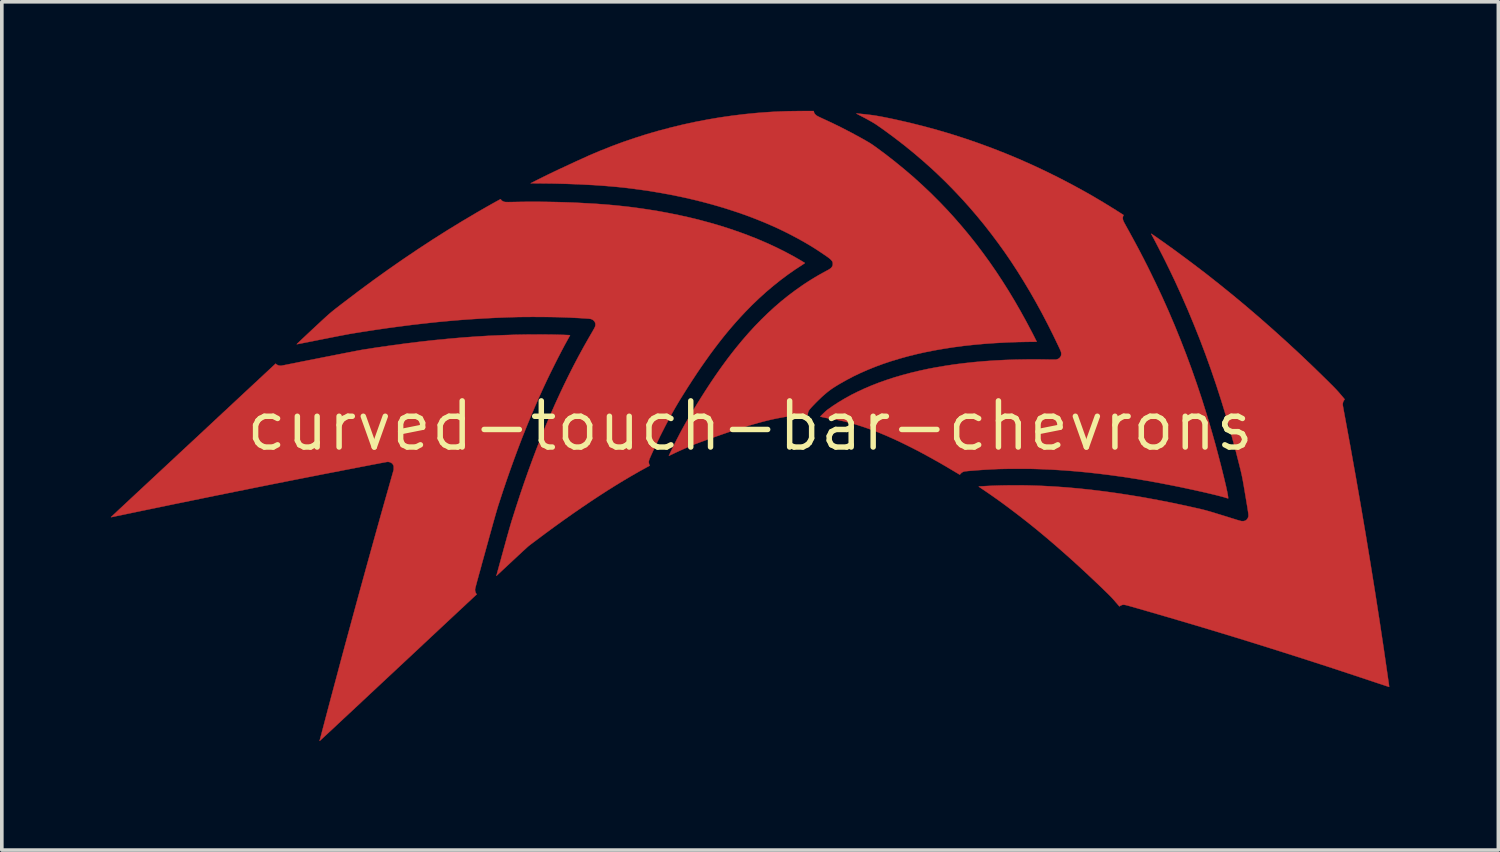
<source format=kicad_pcb>
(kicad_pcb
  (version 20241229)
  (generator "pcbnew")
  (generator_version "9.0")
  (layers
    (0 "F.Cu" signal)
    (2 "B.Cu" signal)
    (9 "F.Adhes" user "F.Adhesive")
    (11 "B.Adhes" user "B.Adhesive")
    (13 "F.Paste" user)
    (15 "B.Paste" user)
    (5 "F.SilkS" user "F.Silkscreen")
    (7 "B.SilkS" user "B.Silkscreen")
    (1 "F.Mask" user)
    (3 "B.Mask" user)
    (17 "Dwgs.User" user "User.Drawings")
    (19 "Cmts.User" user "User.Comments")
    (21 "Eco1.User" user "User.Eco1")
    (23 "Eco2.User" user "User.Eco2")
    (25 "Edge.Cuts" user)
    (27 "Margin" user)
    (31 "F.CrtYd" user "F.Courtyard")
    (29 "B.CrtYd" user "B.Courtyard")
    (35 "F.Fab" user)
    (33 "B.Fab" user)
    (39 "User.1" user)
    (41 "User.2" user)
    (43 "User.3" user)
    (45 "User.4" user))
  (footprint "curved-touch-bar-chevrons"
    (layer "F.Cu")
    (at 17.59 8.671)
    (property "Reference" "curved-touch-bar-chevrons" (at 0 0 0) (layer "F.SilkS") (effects (font (size 1.27 1.27) (thickness 0.15))))
    (attr through_hole)
    (fp_poly (pts (xy 11.042 -5.288) (xy 11.052 -5.282) (xy 11.068 -5.271) (xy 11.09 -5.257) (xy 11.117 -5.238) (xy 11.148 -5.217) (xy 11.183 -5.193) (xy 11.221 -5.166) (xy 11.263 -5.136) (xy 11.307 -5.105) (xy 11.353 -5.073) (xy 11.401 -5.039) (xy 11.449 -5.004) (xy 11.499 -4.969) (xy 11.548 -4.933) (xy 11.598 -4.898) (xy 11.646 -4.863) (xy 11.693 -4.829) (xy 11.738 -4.796) (xy 11.781 -4.765) (xy 11.781 -4.764) (xy 12.161 -4.482) (xy 12.539 -4.194) (xy 12.913 -3.899) (xy 13.286 -3.597) (xy 13.657 -3.288) (xy 14.026 -2.972) (xy 14.393 -2.649) (xy 14.76 -2.318) (xy 15.126 -1.98) (xy 15.491 -1.633) (xy 15.771 -1.36) (xy 15.828 -1.304) (xy 15.879 -1.254) (xy 15.926 -1.208) (xy 15.967 -1.167) (xy 16.004 -1.13) (xy 16.038 -1.096) (xy 16.069 -1.065) (xy 16.096 -1.036) (xy 16.122 -1.01) (xy 16.145 -0.984) (xy 16.168 -0.96) (xy 16.19 -0.936) (xy 16.211 -0.911) (xy 16.232 -0.887) (xy 16.254 -0.861) (xy 16.277 -0.834) (xy 16.299 -0.808) (xy 16.319 -0.785) (xy 16.335 -0.765) (xy 16.348 -0.75) (xy 16.356 -0.739) (xy 16.36 -0.734) (xy 16.36 -0.734) (xy 16.359 -0.728) (xy 16.353 -0.719) (xy 16.349 -0.715) (xy 16.333 -0.692) (xy 16.32 -0.663) (xy 16.311 -0.631) (xy 16.308 -0.599) (xy 16.308 -0.576) (xy 16.31 -0.568) (xy 16.312 -0.552) (xy 16.316 -0.53) (xy 16.321 -0.501) (xy 16.328 -0.467) (xy 16.334 -0.429) (xy 16.342 -0.386) (xy 16.351 -0.341) (xy 16.359 -0.293) (xy 16.364 -0.269) (xy 16.515 0.554) (xy 16.661 1.37) (xy 16.802 2.18) (xy 16.939 2.984) (xy 17.07 3.781) (xy 17.197 4.571) (xy 17.319 5.355) (xy 17.436 6.132) (xy 17.534 6.809) (xy 17.542 6.863) (xy 17.549 6.914) (xy 17.556 6.963) (xy 17.563 7.008) (xy 17.569 7.049) (xy 17.574 7.085) (xy 17.578 7.116) (xy 17.581 7.141) (xy 17.584 7.159) (xy 17.585 7.169) (xy 17.585 7.172) (xy 17.583 7.178) (xy 17.58 7.179) (xy 17.575 7.178) (xy 17.563 7.174) (xy 17.544 7.167) (xy 17.518 7.159) (xy 17.486 7.148) (xy 17.448 7.136) (xy 17.405 7.121) (xy 17.356 7.105) (xy 17.304 7.088) (xy 17.247 7.069) (xy 17.187 7.049) (xy 17.124 7.028) (xy 17.058 7.006) (xy 16.99 6.983) (xy 16.984 6.981) (xy 16.072 6.679) (xy 15.163 6.385) (xy 14.256 6.097) (xy 13.352 5.816) (xy 12.451 5.543) (xy 11.553 5.277) (xy 10.66 5.018) (xy 10.564 4.99) (xy 10.51 4.975) (xy 10.462 4.962) (xy 10.422 4.95) (xy 10.388 4.941) (xy 10.359 4.934) (xy 10.334 4.928) (xy 10.314 4.924) (xy 10.297 4.921) (xy 10.283 4.92) (xy 10.271 4.92) (xy 10.26 4.921) (xy 10.25 4.922) (xy 10.24 4.925) (xy 10.233 4.927) (xy 10.213 4.935) (xy 10.194 4.944) (xy 10.183 4.951) (xy 10.171 4.96) (xy 10.164 4.963) (xy 10.159 4.962) (xy 10.158 4.961) (xy 10.154 4.956) (xy 10.145 4.946) (xy 10.133 4.931) (xy 10.116 4.912) (xy 10.097 4.889) (xy 10.075 4.864) (xy 10.053 4.839) (xy 10.024 4.804) (xy 9.997 4.774) (xy 9.971 4.745) (xy 9.945 4.717) (xy 9.918 4.689) (xy 9.888 4.659) (xy 9.855 4.626) (xy 9.825 4.597) (xy 9.625 4.403) (xy 9.428 4.216) (xy 9.235 4.035) (xy 9.046 3.86) (xy 8.86 3.691) (xy 8.675 3.526) (xy 8.493 3.366) (xy 8.313 3.21) (xy 8.133 3.057) (xy 7.954 2.908) (xy 7.942 2.898) (xy 7.775 2.762) (xy 7.607 2.628) (xy 7.439 2.496) (xy 7.27 2.367) (xy 7.103 2.241) (xy 6.938 2.119) (xy 6.775 2.002) (xy 6.616 1.89) (xy 6.461 1.784) (xy 6.408 1.748) (xy 6.38 1.73) (xy 6.355 1.712) (xy 6.332 1.697) (xy 6.314 1.684) (xy 6.3 1.675) (xy 6.293 1.669) (xy 6.291 1.668) (xy 6.295 1.666) (xy 6.307 1.665) (xy 6.327 1.663) (xy 6.355 1.661) (xy 6.39 1.659) (xy 6.432 1.657) (xy 6.481 1.654) (xy 6.536 1.651) (xy 6.579 1.649) (xy 6.723 1.643) (xy 6.875 1.638) (xy 7.032 1.635) (xy 7.193 1.633) (xy 7.357 1.633) (xy 7.521 1.634) (xy 7.685 1.637) (xy 7.847 1.642) (xy 8.006 1.648) (xy 8.039 1.649) (xy 8.372 1.667) (xy 8.711 1.691) (xy 9.056 1.722) (xy 9.405 1.759) (xy 9.761 1.803) (xy 10.121 1.853) (xy 10.488 1.91) (xy 10.859 1.972) (xy 11.236 2.042) (xy 11.618 2.117) (xy 12.006 2.199) (xy 12.399 2.287) (xy 12.402 2.288) (xy 12.426 2.294) (xy 12.451 2.3) (xy 12.476 2.306) (xy 12.502 2.313) (xy 12.529 2.32) (xy 12.558 2.328) (xy 12.589 2.337) (xy 12.623 2.346) (xy 12.66 2.357) (xy 12.701 2.369) (xy 12.745 2.382) (xy 12.794 2.397) (xy 12.848 2.414) (xy 12.907 2.432) (xy 12.972 2.452) (xy 13.044 2.474) (xy 13.122 2.498) (xy 13.207 2.525) (xy 13.297 2.553) (xy 13.344 2.567) (xy 13.384 2.58) (xy 13.417 2.59) (xy 13.444 2.598) (xy 13.467 2.604) (xy 13.485 2.609) (xy 13.5 2.613) (xy 13.513 2.616) (xy 13.523 2.618) (xy 13.533 2.619) (xy 13.541 2.619) (xy 13.58 2.618) (xy 13.614 2.61) (xy 13.644 2.596) (xy 13.669 2.574) (xy 13.69 2.545) (xy 13.704 2.516) (xy 13.706 2.508) (xy 13.709 2.501) (xy 13.711 2.494) (xy 13.712 2.486) (xy 13.713 2.477) (xy 13.713 2.466) (xy 13.713 2.453) (xy 13.712 2.438) (xy 13.71 2.42) (xy 13.708 2.398) (xy 13.704 2.372) (xy 13.7 2.341) (xy 13.694 2.306) (xy 13.688 2.266) (xy 13.681 2.22) (xy 13.672 2.167) (xy 13.662 2.108) (xy 13.651 2.042) (xy 13.639 1.968) (xy 13.63 1.916) (xy 13.617 1.839) (xy 13.606 1.77) (xy 13.595 1.709) (xy 13.586 1.653) (xy 13.577 1.603) (xy 13.569 1.558) (xy 13.562 1.517) (xy 13.555 1.479) (xy 13.548 1.444) (xy 13.542 1.411) (xy 13.535 1.38) (xy 13.529 1.349) (xy 13.522 1.318) (xy 13.514 1.286) (xy 13.507 1.253) (xy 13.498 1.217) (xy 13.489 1.179) (xy 13.478 1.137) (xy 13.467 1.091) (xy 13.459 1.06) (xy 13.344 0.61) (xy 13.222 0.165) (xy 13.096 -0.273) (xy 12.963 -0.706) (xy 12.825 -1.133) (xy 12.681 -1.555) (xy 12.531 -1.972) (xy 12.375 -2.384) (xy 12.212 -2.792) (xy 12.044 -3.196) (xy 11.869 -3.596) (xy 11.688 -3.993) (xy 11.653 -4.066) (xy 11.604 -4.169) (xy 11.552 -4.278) (xy 11.497 -4.39) (xy 11.441 -4.505) (xy 11.383 -4.621) (xy 11.324 -4.736) (xy 11.266 -4.85) (xy 11.209 -4.961) (xy 11.154 -5.067) (xy 11.101 -5.168) (xy 11.081 -5.204) (xy 11.068 -5.229) (xy 11.057 -5.25) (xy 11.048 -5.268) (xy 11.041 -5.282) (xy 11.038 -5.289) (xy 11.038 -5.29) (xy 11.042 -5.288)) (stroke (width 0.01) (type solid)) (fill yes) (layer "F.Cu"))
    (fp_poly (pts (xy 2.939 -8.597) (xy 2.957 -8.596) (xy 2.981 -8.594) (xy 3.01 -8.591) (xy 3.045 -8.588) (xy 3.083 -8.584) (xy 3.125 -8.58) (xy 3.169 -8.575) (xy 3.215 -8.57) (xy 3.263 -8.564) (xy 3.311 -8.559) (xy 3.338 -8.555) (xy 3.393 -8.548) (xy 3.456 -8.538) (xy 3.527 -8.526) (xy 3.606 -8.512) (xy 3.692 -8.495) (xy 3.787 -8.476) (xy 3.89 -8.455) (xy 4.001 -8.431) (xy 4.007 -8.43) (xy 4.393 -8.342) (xy 4.776 -8.246) (xy 5.157 -8.142) (xy 5.536 -8.03) (xy 5.911 -7.91) (xy 6.285 -7.781) (xy 6.656 -7.645) (xy 7.025 -7.5) (xy 7.391 -7.348) (xy 7.754 -7.187) (xy 8.115 -7.018) (xy 8.474 -6.841) (xy 8.83 -6.656) (xy 9.184 -6.463) (xy 9.252 -6.425) (xy 9.367 -6.36) (xy 9.48 -6.294) (xy 9.593 -6.227) (xy 9.708 -6.159) (xy 9.824 -6.088) (xy 9.944 -6.014) (xy 10.068 -5.937) (xy 10.197 -5.855) (xy 10.243 -5.826) (xy 10.278 -5.803) (xy 10.268 -5.783) (xy 10.258 -5.754) (xy 10.254 -5.721) (xy 10.258 -5.686) (xy 10.268 -5.65) (xy 10.271 -5.641) (xy 10.276 -5.631) (xy 10.284 -5.616) (xy 10.294 -5.595) (xy 10.307 -5.571) (xy 10.322 -5.545) (xy 10.334 -5.522) (xy 10.387 -5.426) (xy 10.437 -5.336) (xy 10.483 -5.251) (xy 10.526 -5.173) (xy 10.566 -5.099) (xy 10.604 -5.029) (xy 10.64 -4.962) (xy 10.674 -4.898) (xy 10.707 -4.836) (xy 10.739 -4.775) (xy 10.77 -4.715) (xy 10.801 -4.655) (xy 10.833 -4.594) (xy 10.864 -4.532) (xy 10.897 -4.468) (xy 10.931 -4.401) (xy 10.966 -4.33) (xy 10.972 -4.318) (xy 11.159 -3.935) (xy 11.34 -3.55) (xy 11.514 -3.161) (xy 11.682 -2.768) (xy 11.843 -2.372) (xy 11.999 -1.971) (xy 12.149 -1.565) (xy 12.293 -1.154) (xy 12.432 -0.737) (xy 12.562 -0.322) (xy 12.644 -0.05) (xy 12.725 0.229) (xy 12.805 0.514) (xy 12.882 0.803) (xy 12.958 1.095) (xy 13.031 1.388) (xy 13.085 1.615) (xy 13.097 1.665) (xy 13.107 1.713) (xy 13.117 1.76) (xy 13.127 1.804) (xy 13.135 1.846) (xy 13.142 1.883) (xy 13.147 1.917) (xy 13.152 1.945) (xy 13.154 1.967) (xy 13.155 1.983) (xy 13.155 1.992) (xy 13.153 1.994) (xy 13.147 1.992) (xy 13.135 1.989) (xy 13.117 1.984) (xy 13.095 1.977) (xy 13.07 1.969) (xy 13.066 1.968) (xy 13.033 1.958) (xy 12.992 1.947) (xy 12.944 1.934) (xy 12.889 1.92) (xy 12.828 1.904) (xy 12.762 1.888) (xy 12.691 1.871) (xy 12.615 1.853) (xy 12.535 1.834) (xy 12.452 1.815) (xy 12.366 1.796) (xy 12.277 1.776) (xy 12.187 1.756) (xy 12.096 1.737) (xy 12.004 1.717) (xy 11.912 1.697) (xy 11.821 1.678) (xy 11.731 1.66) (xy 11.642 1.642) (xy 11.637 1.641) (xy 11.283 1.572) (xy 10.934 1.509) (xy 10.591 1.451) (xy 10.253 1.399) (xy 9.92 1.353) (xy 9.591 1.312) (xy 9.267 1.276) (xy 8.946 1.246) (xy 8.629 1.221) (xy 8.314 1.202) (xy 8.002 1.188) (xy 7.787 1.181) (xy 7.747 1.18) (xy 7.699 1.179) (xy 7.646 1.179) (xy 7.589 1.178) (xy 7.528 1.178) (xy 7.463 1.178) (xy 7.397 1.178) (xy 7.33 1.178) (xy 7.263 1.178) (xy 7.197 1.179) (xy 7.132 1.179) (xy 7.071 1.18) (xy 7.013 1.181) (xy 6.959 1.182) (xy 6.912 1.183) (xy 6.87 1.184) (xy 6.836 1.185) (xy 6.833 1.185) (xy 6.726 1.19) (xy 6.628 1.195) (xy 6.536 1.2) (xy 6.449 1.205) (xy 6.367 1.21) (xy 6.289 1.216) (xy 6.27 1.217) (xy 6.2 1.223) (xy 6.139 1.228) (xy 6.085 1.232) (xy 6.039 1.236) (xy 5.999 1.239) (xy 5.967 1.243) (xy 5.941 1.245) (xy 5.921 1.248) (xy 5.907 1.25) (xy 5.9 1.251) (xy 5.861 1.263) (xy 5.826 1.283) (xy 5.797 1.309) (xy 5.783 1.326) (xy 5.771 1.341) (xy 5.704 1.301) (xy 5.499 1.179) (xy 5.3 1.062) (xy 5.106 0.952) (xy 4.918 0.847) (xy 4.734 0.747) (xy 4.556 0.653) (xy 4.382 0.565) (xy 4.213 0.481) (xy 4.048 0.403) (xy 3.887 0.329) (xy 3.73 0.26) (xy 3.577 0.196) (xy 3.426 0.137) (xy 3.279 0.082) (xy 3.135 0.032) (xy 3.111 0.024) (xy 2.963 -0.024) (xy 2.82 -0.067) (xy 2.679 -0.104) (xy 2.541 -0.138) (xy 2.403 -0.167) (xy 2.264 -0.193) (xy 2.157 -0.21) (xy 2.13 -0.214) (xy 2.1 -0.22) (xy 2.069 -0.225) (xy 2.039 -0.232) (xy 2.01 -0.238) (xy 1.984 -0.244) (xy 1.962 -0.249) (xy 1.945 -0.254) (xy 1.935 -0.258) (xy 1.932 -0.259) (xy 1.934 -0.263) (xy 1.942 -0.271) (xy 1.954 -0.284) (xy 1.969 -0.299) (xy 1.988 -0.317) (xy 2.008 -0.337) (xy 2.029 -0.357) (xy 2.05 -0.377) (xy 2.07 -0.396) (xy 2.089 -0.413) (xy 2.105 -0.427) (xy 2.118 -0.438) (xy 2.123 -0.442) (xy 2.277 -0.551) (xy 2.438 -0.656) (xy 2.606 -0.756) (xy 2.781 -0.853) (xy 2.963 -0.944) (xy 3.152 -1.032) (xy 3.348 -1.115) (xy 3.551 -1.194) (xy 3.761 -1.268) (xy 3.976 -1.338) (xy 4.199 -1.403) (xy 4.428 -1.464) (xy 4.663 -1.52) (xy 4.904 -1.572) (xy 5.095 -1.608) (xy 5.352 -1.652) (xy 5.615 -1.692) (xy 5.885 -1.726) (xy 6.16 -1.756) (xy 6.441 -1.781) (xy 6.727 -1.801) (xy 7.017 -1.816) (xy 7.312 -1.826) (xy 7.611 -1.831) (xy 7.914 -1.832) (xy 8.12 -1.829) (xy 8.177 -1.828) (xy 8.226 -1.827) (xy 8.267 -1.826) (xy 8.303 -1.826) (xy 8.332 -1.826) (xy 8.356 -1.826) (xy 8.376 -1.826) (xy 8.391 -1.826) (xy 8.404 -1.827) (xy 8.414 -1.827) (xy 8.422 -1.828) (xy 8.428 -1.829) (xy 8.433 -1.831) (xy 8.47 -1.843) (xy 8.501 -1.86) (xy 8.525 -1.882) (xy 8.544 -1.91) (xy 8.548 -1.917) (xy 8.555 -1.932) (xy 8.559 -1.944) (xy 8.561 -1.956) (xy 8.562 -1.973) (xy 8.562 -1.983) (xy 8.562 -1.997) (xy 8.561 -2.009) (xy 8.559 -2.021) (xy 8.556 -2.034) (xy 8.552 -2.049) (xy 8.545 -2.066) (xy 8.536 -2.087) (xy 8.525 -2.112) (xy 8.51 -2.144) (xy 8.498 -2.17) (xy 8.346 -2.488) (xy 8.19 -2.799) (xy 8.032 -3.102) (xy 7.87 -3.398) (xy 7.705 -3.687) (xy 7.537 -3.968) (xy 7.366 -4.243) (xy 7.191 -4.512) (xy 7.012 -4.774) (xy 6.829 -5.029) (xy 6.642 -5.279) (xy 6.452 -5.523) (xy 6.427 -5.554) (xy 6.23 -5.793) (xy 6.027 -6.029) (xy 5.819 -6.26) (xy 5.606 -6.486) (xy 5.39 -6.706) (xy 5.171 -6.918) (xy 5.021 -7.059) (xy 4.767 -7.286) (xy 4.508 -7.507) (xy 4.244 -7.722) (xy 3.973 -7.931) (xy 3.697 -8.135) (xy 3.506 -8.269) (xy 3.477 -8.289) (xy 3.445 -8.31) (xy 3.412 -8.331) (xy 3.375 -8.353) (xy 3.335 -8.376) (xy 3.291 -8.401) (xy 3.242 -8.428) (xy 3.188 -8.458) (xy 3.127 -8.49) (xy 3.06 -8.525) (xy 3.018 -8.547) (xy 2.993 -8.56) (xy 2.97 -8.572) (xy 2.951 -8.582) (xy 2.936 -8.59) (xy 2.927 -8.595) (xy 2.925 -8.597) (xy 2.928 -8.597) (xy 2.939 -8.597)) (stroke (width 0.01) (type solid)) (fill yes) (layer "F.Cu"))
    (fp_poly (pts (xy 1.754 -8.648) (xy 1.763 -8.617) (xy 1.78 -8.588) (xy 1.805 -8.561) (xy 1.836 -8.537) (xy 1.847 -8.531) (xy 1.864 -8.521) (xy 1.887 -8.51) (xy 1.914 -8.496) (xy 1.944 -8.482) (xy 1.976 -8.467) (xy 1.996 -8.458) (xy 2.263 -8.334) (xy 2.523 -8.206) (xy 2.778 -8.074) (xy 3.029 -7.938) (xy 3.175 -7.856) (xy 3.213 -7.834) (xy 3.244 -7.816) (xy 3.271 -7.8) (xy 3.295 -7.786) (xy 3.316 -7.773) (xy 3.336 -7.759) (xy 3.358 -7.745) (xy 3.381 -7.729) (xy 3.407 -7.711) (xy 3.437 -7.689) (xy 3.442 -7.686) (xy 3.713 -7.486) (xy 3.978 -7.28) (xy 4.238 -7.068) (xy 4.492 -6.851) (xy 4.739 -6.627) (xy 4.981 -6.398) (xy 5.216 -6.163) (xy 5.445 -5.923) (xy 5.626 -5.723) (xy 5.827 -5.492) (xy 6.024 -5.256) (xy 6.216 -5.015) (xy 6.403 -4.767) (xy 6.587 -4.514) (xy 6.766 -4.255) (xy 6.941 -3.989) (xy 7.113 -3.717) (xy 7.281 -3.438) (xy 7.446 -3.151) (xy 7.608 -2.857) (xy 7.767 -2.556) (xy 7.809 -2.474) (xy 7.826 -2.441) (xy 7.841 -2.41) (xy 7.855 -2.382) (xy 7.867 -2.359) (xy 7.877 -2.34) (xy 7.883 -2.327) (xy 7.886 -2.32) (xy 7.887 -2.319) (xy 7.883 -2.319) (xy 7.871 -2.318) (xy 7.852 -2.318) (xy 7.827 -2.317) (xy 7.797 -2.316) (xy 7.762 -2.316) (xy 7.723 -2.315) (xy 7.681 -2.315) (xy 7.655 -2.314) (xy 7.56 -2.313) (xy 7.472 -2.311) (xy 7.389 -2.31) (xy 7.309 -2.307) (xy 7.23 -2.305) (xy 7.151 -2.302) (xy 7.07 -2.299) (xy 7.017 -2.296) (xy 6.722 -2.28) (xy 6.433 -2.259) (xy 6.15 -2.233) (xy 5.873 -2.203) (xy 5.602 -2.167) (xy 5.337 -2.126) (xy 5.078 -2.081) (xy 4.825 -2.031) (xy 4.579 -1.976) (xy 4.339 -1.916) (xy 4.105 -1.851) (xy 3.878 -1.782) (xy 3.657 -1.708) (xy 3.443 -1.629) (xy 3.236 -1.545) (xy 3.035 -1.457) (xy 2.841 -1.364) (xy 2.655 -1.266) (xy 2.475 -1.164) (xy 2.447 -1.148) (xy 2.391 -1.114) (xy 2.341 -1.083) (xy 2.296 -1.054) (xy 2.255 -1.027) (xy 2.217 -1) (xy 2.181 -0.973) (xy 2.145 -0.946) (xy 2.109 -0.917) (xy 2.071 -0.885) (xy 2.031 -0.85) (xy 1.998 -0.821) (xy 1.963 -0.789) (xy 1.927 -0.754) (xy 1.889 -0.718) (xy 1.851 -0.681) (xy 1.814 -0.644) (xy 1.778 -0.607) (xy 1.744 -0.572) (xy 1.713 -0.539) (xy 1.684 -0.508) (xy 1.66 -0.48) (xy 1.64 -0.457) (xy 1.626 -0.438) (xy 1.623 -0.434) (xy 1.607 -0.405) (xy 1.595 -0.371) (xy 1.589 -0.339) (xy 1.588 -0.327) (xy 1.588 -0.318) (xy 1.586 -0.311) (xy 1.583 -0.305) (xy 1.578 -0.302) (xy 1.569 -0.299) (xy 1.555 -0.297) (xy 1.537 -0.297) (xy 1.512 -0.296) (xy 1.48 -0.295) (xy 1.46 -0.295) (xy 1.423 -0.294) (xy 1.385 -0.293) (xy 1.348 -0.291) (xy 1.313 -0.289) (xy 1.282 -0.288) (xy 1.262 -0.286) (xy 1.159 -0.276) (xy 1.055 -0.263) (xy 0.947 -0.247) (xy 0.836 -0.227) (xy 0.722 -0.205) (xy 0.603 -0.18) (xy 0.48 -0.151) (xy 0.353 -0.119) (xy 0.22 -0.083) (xy 0.082 -0.044) (xy -0.062 -0.001) (xy -0.213 0.045) (xy -0.37 0.096) (xy -0.533 0.15) (xy -0.584 0.167) (xy -0.634 0.184) (xy -0.689 0.203) (xy -0.746 0.223) (xy -0.807 0.244) (xy -0.869 0.266) (xy -0.933 0.288) (xy -0.997 0.311) (xy -1.061 0.334) (xy -1.125 0.357) (xy -1.187 0.379) (xy -1.247 0.401) (xy -1.304 0.422) (xy -1.357 0.441) (xy -1.406 0.459) (xy -1.45 0.476) (xy -1.489 0.49) (xy -1.521 0.502) (xy -1.546 0.512) (xy -1.552 0.514) (xy -1.606 0.537) (xy -1.666 0.562) (xy -1.73 0.59) (xy -1.798 0.62) (xy -1.867 0.651) (xy -1.935 0.681) (xy -2.002 0.712) (xy -2.065 0.741) (xy -2.123 0.769) (xy -2.148 0.781) (xy -2.176 0.794) (xy -2.197 0.804) (xy -2.213 0.812) (xy -2.223 0.816) (xy -2.23 0.819) (xy -2.233 0.821) (xy -2.235 0.821) (xy -2.235 0.82) (xy -2.235 0.82) (xy -2.233 0.815) (xy -2.228 0.804) (xy -2.22 0.787) (xy -2.21 0.765) (xy -2.197 0.739) (xy -2.183 0.709) (xy -2.167 0.677) (xy -2.151 0.643) (xy -2.134 0.609) (xy -2.117 0.574) (xy -2.101 0.541) (xy -2.085 0.509) (xy -2.071 0.48) (xy -2.058 0.454) (xy -2.058 0.454) (xy -2.006 0.351) (xy -1.956 0.254) (xy -1.908 0.162) (xy -1.861 0.075) (xy -1.814 -0.01) (xy -1.767 -0.093) (xy -1.719 -0.176) (xy -1.669 -0.26) (xy -1.667 -0.263) (xy -1.56 -0.44) (xy -1.456 -0.61) (xy -1.355 -0.772) (xy -1.256 -0.928) (xy -1.159 -1.078) (xy -1.064 -1.222) (xy -0.97 -1.361) (xy -0.877 -1.495) (xy -0.785 -1.625) (xy -0.693 -1.751) (xy -0.602 -1.874) (xy -0.51 -1.993) (xy -0.418 -2.11) (xy -0.388 -2.148) (xy -0.217 -2.355) (xy -0.045 -2.554) (xy 0.13 -2.745) (xy 0.308 -2.928) (xy 0.488 -3.103) (xy 0.67 -3.27) (xy 0.855 -3.43) (xy 1.043 -3.581) (xy 1.234 -3.725) (xy 1.428 -3.862) (xy 1.505 -3.914) (xy 1.602 -3.977) (xy 1.697 -4.037) (xy 1.793 -4.095) (xy 1.89 -4.152) (xy 1.992 -4.209) (xy 2.099 -4.267) (xy 2.14 -4.289) (xy 2.177 -4.31) (xy 2.207 -4.331) (xy 2.231 -4.351) (xy 2.249 -4.373) (xy 2.263 -4.397) (xy 2.269 -4.41) (xy 2.273 -4.422) (xy 2.275 -4.436) (xy 2.275 -4.453) (xy 2.275 -4.46) (xy 2.275 -4.48) (xy 2.274 -4.494) (xy 2.271 -4.506) (xy 2.265 -4.519) (xy 2.263 -4.523) (xy 2.253 -4.54) (xy 2.24 -4.557) (xy 2.223 -4.575) (xy 2.202 -4.595) (xy 2.175 -4.617) (xy 2.142 -4.642) (xy 2.106 -4.668) (xy 1.917 -4.796) (xy 1.723 -4.921) (xy 1.523 -5.041) (xy 1.316 -5.157) (xy 1.103 -5.27) (xy 0.882 -5.38) (xy 0.654 -5.486) (xy 0.603 -5.509) (xy 0.354 -5.616) (xy 0.098 -5.718) (xy -0.165 -5.816) (xy -0.434 -5.908) (xy -0.708 -5.996) (xy -0.987 -6.078) (xy -1.272 -6.156) (xy -1.561 -6.228) (xy -1.854 -6.295) (xy -2.151 -6.356) (xy -2.452 -6.412) (xy -2.756 -6.463) (xy -3.063 -6.507) (xy -3.372 -6.547) (xy -3.684 -6.58) (xy -3.997 -6.607) (xy -4.312 -6.629) (xy -4.358 -6.631) (xy -4.705 -6.649) (xy -5.049 -6.662) (xy -5.395 -6.671) (xy -5.723 -6.675) (xy -6.039 -6.678) (xy -5.842 -6.777) (xy -5.75 -6.823) (xy -5.66 -6.868) (xy -5.57 -6.912) (xy -5.481 -6.955) (xy -5.389 -6.999) (xy -5.295 -7.044) (xy -5.197 -7.09) (xy -5.093 -7.138) (xy -4.989 -7.186) (xy -4.951 -7.204) (xy -4.909 -7.223) (xy -4.865 -7.244) (xy -4.822 -7.264) (xy -4.781 -7.283) (xy -4.746 -7.299) (xy -4.743 -7.3) (xy -4.438 -7.439) (xy -4.127 -7.571) (xy -3.812 -7.696) (xy -3.494 -7.814) (xy -3.171 -7.924) (xy -2.846 -8.028) (xy -2.517 -8.123) (xy -2.185 -8.211) (xy -1.851 -8.292) (xy -1.515 -8.365) (xy -1.177 -8.43) (xy -0.837 -8.488) (xy -0.496 -8.537) (xy -0.154 -8.579) (xy 0.008 -8.595) (xy 0.182 -8.612) (xy 0.35 -8.625) (xy 0.516 -8.637) (xy 0.68 -8.647) (xy 0.844 -8.654) (xy 1.01 -8.66) (xy 1.181 -8.663) (xy 1.356 -8.665) (xy 1.467 -8.666) (xy 1.752 -8.666) (xy 1.754 -8.648)) (stroke (width 0.01) (type solid)) (fill yes) (layer "F.Cu"))
    (fp_poly (pts (xy -5.403 -2.513) (xy -5.131 -2.506) (xy -5.096 -2.505) (xy -5.063 -2.503) (xy -5.033 -2.502) (xy -5.008 -2.501) (xy -4.988 -2.5) (xy -4.974 -2.499) (xy -4.969 -2.498) (xy -4.953 -2.496) (xy -4.975 -2.457) (xy -5.036 -2.346) (xy -5.101 -2.228) (xy -5.167 -2.104) (xy -5.234 -1.975) (xy -5.302 -1.844) (xy -5.37 -1.709) (xy -5.437 -1.574) (xy -5.504 -1.439) (xy -5.569 -1.305) (xy -5.631 -1.173) (xy -5.69 -1.047) (xy -5.809 -0.785) (xy -5.926 -0.518) (xy -6.041 -0.247) (xy -6.154 0.028) (xy -6.266 0.309) (xy -6.376 0.596) (xy -6.485 0.889) (xy -6.593 1.188) (xy -6.7 1.494) (xy -6.806 1.808) (xy -6.911 2.13) (xy -6.932 2.193) (xy -6.938 2.215) (xy -6.947 2.242) (xy -6.956 2.273) (xy -6.966 2.308) (xy -6.978 2.349) (xy -6.992 2.395) (xy -7.006 2.446) (xy -7.022 2.502) (xy -7.04 2.564) (xy -7.059 2.632) (xy -7.08 2.706) (xy -7.102 2.786) (xy -7.126 2.873) (xy -7.152 2.966) (xy -7.18 3.066) (xy -7.209 3.173) (xy -7.241 3.288) (xy -7.274 3.409) (xy -7.31 3.539) (xy -7.348 3.676) (xy -7.388 3.82) (xy -7.393 3.84) (xy -7.416 3.925) (xy -7.437 4.002) (xy -7.457 4.071) (xy -7.474 4.134) (xy -7.489 4.19) (xy -7.503 4.24) (xy -7.515 4.284) (xy -7.525 4.323) (xy -7.534 4.356) (xy -7.542 4.385) (xy -7.548 4.41) (xy -7.553 4.43) (xy -7.558 4.447) (xy -7.561 4.461) (xy -7.564 4.472) (xy -7.565 4.48) (xy -7.567 4.487) (xy -7.567 4.492) (xy -7.568 4.52) (xy -7.563 4.55) (xy -7.555 4.579) (xy -7.543 4.604) (xy -7.53 4.622) (xy -7.521 4.632) (xy -7.538 4.648) (xy -7.542 4.651) (xy -7.552 4.661) (xy -7.568 4.675) (xy -7.59 4.696) (xy -7.617 4.721) (xy -7.649 4.751) (xy -7.687 4.787) (xy -7.73 4.827) (xy -7.778 4.871) (xy -7.83 4.92) (xy -7.887 4.974) (xy -7.949 5.031) (xy -8.015 5.092) (xy -8.085 5.158) (xy -8.159 5.227) (xy -8.236 5.299) (xy -8.318 5.375) (xy -8.403 5.455) (xy -8.491 5.537) (xy -8.582 5.622) (xy -8.676 5.71) (xy -8.774 5.801) (xy -8.873 5.894) (xy -8.976 5.99) (xy -9.08 6.088) (xy -9.187 6.188) (xy -9.296 6.29) (xy -9.407 6.393) (xy -9.52 6.499) (xy -9.634 6.605) (xy -9.696 6.663) (xy -9.811 6.771) (xy -9.924 6.876) (xy -10.036 6.981) (xy -10.146 7.083) (xy -10.254 7.184) (xy -10.359 7.283) (xy -10.463 7.379) (xy -10.564 7.474) (xy -10.662 7.565) (xy -10.757 7.655) (xy -10.85 7.741) (xy -10.939 7.825) (xy -11.026 7.905) (xy -11.108 7.982) (xy -11.188 8.056) (xy -11.263 8.127) (xy -11.335 8.193) (xy -11.402 8.257) (xy -11.465 8.316) (xy -11.524 8.371) (xy -11.579 8.421) (xy -11.629 8.468) (xy -11.674 8.51) (xy -11.714 8.547) (xy -11.748 8.579) (xy -11.778 8.607) (xy -11.802 8.629) (xy -11.82 8.646) (xy -11.833 8.658) (xy -11.84 8.664) (xy -11.841 8.665) (xy -11.845 8.665) (xy -11.845 8.664) (xy -11.844 8.66) (xy -11.841 8.648) (xy -11.837 8.631) (xy -11.831 8.61) (xy -11.826 8.591) (xy -11.822 8.575) (xy -11.816 8.553) (xy -11.808 8.523) (xy -11.799 8.488) (xy -11.788 8.448) (xy -11.777 8.403) (xy -11.764 8.355) (xy -11.751 8.305) (xy -11.737 8.252) (xy -11.723 8.199) (xy -11.72 8.187) (xy -11.607 7.758) (xy -11.492 7.325) (xy -11.375 6.888) (xy -11.258 6.448) (xy -11.139 6.007) (xy -11.019 5.565) (xy -10.899 5.123) (xy -10.779 4.682) (xy -10.658 4.243) (xy -10.538 3.807) (xy -10.418 3.375) (xy -10.299 2.947) (xy -10.181 2.525) (xy -10.064 2.11) (xy -9.948 1.702) (xy -9.945 1.691) (xy -9.807 1.204) (xy -9.807 1.154) (xy -9.807 1.131) (xy -9.807 1.115) (xy -9.809 1.103) (xy -9.812 1.093) (xy -9.816 1.083) (xy -9.818 1.079) (xy -9.827 1.063) (xy -9.838 1.046) (xy -9.844 1.038) (xy -9.864 1.021) (xy -9.89 1.006) (xy -9.919 0.995) (xy -9.95 0.989) (xy -9.979 0.988) (xy -9.986 0.988) (xy -9.994 0.99) (xy -10.008 0.992) (xy -10.03 0.996) (xy -10.057 1.001) (xy -10.089 1.007) (xy -10.125 1.014) (xy -10.165 1.021) (xy -10.206 1.029) (xy -10.25 1.038) (xy -10.294 1.046) (xy -10.338 1.054) (xy -10.381 1.062) (xy -10.422 1.07) (xy -10.46 1.078) (xy -10.495 1.084) (xy -10.526 1.09) (xy -10.535 1.092) (xy -10.552 1.096) (xy -10.577 1.1) (xy -10.607 1.106) (xy -10.642 1.113) (xy -10.681 1.12) (xy -10.723 1.128) (xy -10.765 1.137) (xy -10.799 1.143) (xy -11.026 1.187) (xy -11.26 1.232) (xy -11.501 1.279) (xy -11.749 1.327) (xy -12.003 1.377) (xy -12.263 1.428) (xy -12.527 1.48) (xy -12.796 1.533) (xy -13.068 1.587) (xy -13.344 1.642) (xy -13.623 1.698) (xy -13.903 1.755) (xy -14.186 1.811) (xy -14.469 1.869) (xy -14.753 1.926) (xy -15.036 1.984) (xy -15.319 2.042) (xy -15.601 2.1) (xy -15.881 2.157) (xy -16.159 2.215) (xy -16.434 2.272) (xy -16.706 2.328) (xy -16.974 2.384) (xy -17.104 2.411) (xy -17.166 2.424) (xy -17.226 2.437) (xy -17.283 2.449) (xy -17.336 2.46) (xy -17.386 2.47) (xy -17.431 2.479) (xy -17.472 2.488) (xy -17.506 2.495) (xy -17.535 2.501) (xy -17.558 2.506) (xy -17.573 2.509) (xy -17.581 2.51) (xy -17.582 2.51) (xy -17.585 2.508) (xy -17.585 2.507) (xy -17.581 2.504) (xy -17.572 2.495) (xy -17.557 2.481) (xy -17.537 2.462) (xy -17.512 2.438) (xy -17.481 2.41) (xy -17.446 2.377) (xy -17.407 2.34) (xy -17.363 2.299) (xy -17.316 2.255) (xy -17.264 2.207) (xy -17.21 2.156) (xy -17.152 2.102) (xy -17.091 2.045) (xy -17.028 1.986) (xy -16.962 1.925) (xy -16.894 1.861) (xy -16.824 1.796) (xy -16.753 1.73) (xy -16.745 1.723) (xy -16.682 1.664) (xy -16.614 1.601) (xy -16.54 1.532) (xy -16.461 1.458) (xy -16.378 1.381) (xy -16.29 1.299) (xy -16.198 1.213) (xy -16.103 1.125) (xy -16.005 1.033) (xy -15.903 0.939) (xy -15.8 0.842) (xy -15.694 0.743) (xy -15.587 0.643) (xy -15.478 0.542) (xy -15.368 0.44) (xy -15.258 0.338) (xy -15.148 0.235) (xy -15.038 0.133) (xy -14.929 0.031) (xy -14.821 -0.07) (xy -14.714 -0.17) (xy -14.609 -0.268) (xy -14.506 -0.364) (xy -14.481 -0.387) (xy -13.055 -1.715) (xy -13.038 -1.699) (xy -13.01 -1.68) (xy -12.978 -1.666) (xy -12.943 -1.659) (xy -12.906 -1.658) (xy -12.895 -1.659) (xy -12.885 -1.661) (xy -12.868 -1.664) (xy -12.845 -1.669) (xy -12.816 -1.674) (xy -12.782 -1.681) (xy -12.745 -1.688) (xy -12.705 -1.696) (xy -12.663 -1.705) (xy -12.656 -1.706) (xy -12.579 -1.721) (xy -12.499 -1.737) (xy -12.417 -1.754) (xy -12.332 -1.771) (xy -12.245 -1.788) (xy -12.157 -1.806) (xy -12.067 -1.823) (xy -11.977 -1.841) (xy -11.887 -1.859) (xy -11.796 -1.877) (xy -11.707 -1.895) (xy -11.618 -1.912) (xy -11.531 -1.929) (xy -11.445 -1.946) (xy -11.362 -1.963) (xy -11.281 -1.978) (xy -11.204 -1.994) (xy -11.13 -2.008) (xy -11.06 -2.022) (xy -10.995 -2.034) (xy -10.934 -2.046) (xy -10.878 -2.057) (xy -10.828 -2.067) (xy -10.784 -2.075) (xy -10.747 -2.082) (xy -10.716 -2.088) (xy -10.693 -2.092) (xy -10.678 -2.095) (xy -10.674 -2.096) (xy -10.262 -2.16) (xy -9.855 -2.218) (xy -9.455 -2.272) (xy -9.061 -2.32) (xy -8.672 -2.363) (xy -8.289 -2.4) (xy -7.912 -2.433) (xy -7.539 -2.46) (xy -7.172 -2.482) (xy -6.809 -2.498) (xy -6.451 -2.51) (xy -6.098 -2.516) (xy -5.748 -2.517) (xy -5.403 -2.513)) (stroke (width 0.01) (type solid)) (fill yes) (layer "F.Cu"))
    (fp_poly (pts (xy -6.862 -6.237) (xy -6.856 -6.228) (xy -6.854 -6.226) (xy -6.837 -6.206) (xy -6.813 -6.188) (xy -6.794 -6.179) (xy -6.784 -6.174) (xy -6.775 -6.171) (xy -6.765 -6.168) (xy -6.754 -6.165) (xy -6.741 -6.163) (xy -6.725 -6.162) (xy -6.706 -6.161) (xy -6.683 -6.161) (xy -6.654 -6.16) (xy -6.621 -6.161) (xy -6.58 -6.161) (xy -6.533 -6.162) (xy -6.479 -6.163) (xy -6.32 -6.166) (xy -6.157 -6.168) (xy -5.992 -6.168) (xy -5.824 -6.168) (xy -5.657 -6.167) (xy -5.491 -6.164) (xy -5.327 -6.161) (xy -5.168 -6.157) (xy -5.014 -6.152) (xy -4.873 -6.147) (xy -4.831 -6.145) (xy -4.783 -6.143) (xy -4.73 -6.14) (xy -4.674 -6.137) (xy -4.614 -6.134) (xy -4.554 -6.13) (xy -4.492 -6.127) (xy -4.432 -6.124) (xy -4.372 -6.12) (xy -4.316 -6.117) (xy -4.263 -6.114) (xy -4.215 -6.111) (xy -4.173 -6.108) (xy -4.137 -6.105) (xy -4.123 -6.104) (xy -3.948 -6.091) (xy -3.779 -6.076) (xy -3.616 -6.06) (xy -3.457 -6.043) (xy -3.3 -6.025) (xy -3.144 -6.005) (xy -2.988 -5.983) (xy -2.845 -5.962) (xy -2.543 -5.914) (xy -2.246 -5.859) (xy -1.954 -5.8) (xy -1.666 -5.736) (xy -1.382 -5.666) (xy -1.104 -5.591) (xy -0.832 -5.512) (xy -0.565 -5.427) (xy -0.303 -5.337) (xy -0.048 -5.243) (xy 0.202 -5.144) (xy 0.445 -5.04) (xy 0.681 -4.932) (xy 0.911 -4.819) (xy 1.133 -4.702) (xy 1.211 -4.66) (xy 1.236 -4.645) (xy 1.265 -4.629) (xy 1.295 -4.611) (xy 1.327 -4.593) (xy 1.358 -4.575) (xy 1.389 -4.557) (xy 1.418 -4.54) (xy 1.444 -4.524) (xy 1.467 -4.51) (xy 1.486 -4.499) (xy 1.499 -4.491) (xy 1.505 -4.486) (xy 1.506 -4.486) (xy 1.506 -4.483) (xy 1.502 -4.478) (xy 1.492 -4.47) (xy 1.477 -4.46) (xy 1.455 -4.446) (xy 1.451 -4.443) (xy 1.242 -4.307) (xy 1.036 -4.163) (xy 0.833 -4.011) (xy 0.633 -3.851) (xy 0.436 -3.684) (xy 0.242 -3.508) (xy 0.051 -3.325) (xy -0.137 -3.133) (xy -0.278 -2.982) (xy -0.397 -2.85) (xy -0.515 -2.714) (xy -0.633 -2.574) (xy -0.75 -2.43) (xy -0.867 -2.281) (xy -0.985 -2.126) (xy -1.103 -1.967) (xy -1.221 -1.801) (xy -1.341 -1.63) (xy -1.462 -1.452) (xy -1.584 -1.267) (xy -1.708 -1.075) (xy -1.834 -0.875) (xy -1.927 -0.726) (xy -1.991 -0.619) (xy -2.058 -0.505) (xy -2.126 -0.385) (xy -2.196 -0.259) (xy -2.266 -0.127) (xy -2.337 0.008) (xy -2.408 0.147) (xy -2.479 0.288) (xy -2.548 0.432) (xy -2.617 0.576) (xy -2.684 0.72) (xy -2.731 0.823) (xy -2.748 0.862) (xy -2.762 0.894) (xy -2.772 0.921) (xy -2.78 0.944) (xy -2.785 0.963) (xy -2.788 0.98) (xy -2.788 0.995) (xy -2.787 1.01) (xy -2.786 1.018) (xy -2.782 1.037) (xy -2.776 1.057) (xy -2.771 1.069) (xy -2.761 1.092) (xy -2.85 1.14) (xy -3.059 1.255) (xy -3.271 1.377) (xy -3.488 1.505) (xy -3.71 1.641) (xy -3.936 1.782) (xy -4.166 1.931) (xy -4.402 2.087) (xy -4.641 2.249) (xy -4.886 2.418) (xy -5.135 2.594) (xy -5.389 2.777) (xy -5.558 2.901) (xy -5.584 2.921) (xy -5.615 2.943) (xy -5.649 2.968) (xy -5.685 2.996) (xy -5.725 3.025) (xy -5.765 3.055) (xy -5.806 3.086) (xy -5.847 3.117) (xy -5.888 3.147) (xy -5.926 3.176) (xy -5.963 3.203) (xy -5.997 3.229) (xy -6.027 3.251) (xy -6.052 3.271) (xy -6.072 3.286) (xy -6.087 3.297) (xy -6.089 3.299) (xy -6.096 3.305) (xy -6.11 3.317) (xy -6.129 3.334) (xy -6.153 3.356) (xy -6.181 3.382) (xy -6.214 3.412) (xy -6.251 3.445) (xy -6.29 3.482) (xy -6.333 3.522) (xy -6.379 3.564) (xy -6.426 3.608) (xy -6.475 3.654) (xy -6.526 3.701) (xy -6.545 3.719) (xy -6.605 3.775) (xy -6.66 3.826) (xy -6.709 3.872) (xy -6.753 3.913) (xy -6.792 3.949) (xy -6.826 3.981) (xy -6.856 4.009) (xy -6.881 4.033) (xy -6.903 4.053) (xy -6.922 4.07) (xy -6.937 4.084) (xy -6.949 4.096) (xy -6.959 4.105) (xy -6.967 4.112) (xy -6.972 4.116) (xy -6.976 4.12) (xy -6.979 4.122) (xy -6.98 4.123) (xy -6.981 4.123) (xy -6.981 4.123) (xy -6.981 4.122) (xy -6.98 4.118) (xy -6.976 4.106) (xy -6.971 4.086) (xy -6.964 4.06) (xy -6.955 4.028) (xy -6.945 3.99) (xy -6.933 3.947) (xy -6.92 3.899) (xy -6.906 3.847) (xy -6.891 3.792) (xy -6.874 3.733) (xy -6.857 3.671) (xy -6.84 3.607) (xy -6.822 3.541) (xy -6.803 3.474) (xy -6.785 3.406) (xy -6.766 3.338) (xy -6.747 3.27) (xy -6.729 3.203) (xy -6.71 3.137) (xy -6.699 3.095) (xy -6.683 3.037) (xy -6.666 2.978) (xy -6.649 2.919) (xy -6.633 2.86) (xy -6.616 2.803) (xy -6.601 2.749) (xy -6.586 2.699) (xy -6.573 2.654) (xy -6.561 2.615) (xy -6.551 2.582) (xy -6.55 2.58) (xy -6.44 2.233) (xy -6.329 1.893) (xy -6.216 1.561) (xy -6.102 1.237) (xy -5.986 0.92) (xy -5.869 0.61) (xy -5.75 0.306) (xy -5.629 0.009) (xy -5.506 -0.283) (xy -5.381 -0.568) (xy -5.253 -0.848) (xy -5.123 -1.124) (xy -4.991 -1.394) (xy -4.856 -1.66) (xy -4.718 -1.922) (xy -4.577 -2.18) (xy -4.433 -2.434) (xy -4.344 -2.587) (xy -4.322 -2.625) (xy -4.304 -2.657) (xy -4.289 -2.684) (xy -4.278 -2.706) (xy -4.269 -2.725) (xy -4.263 -2.742) (xy -4.259 -2.757) (xy -4.257 -2.772) (xy -4.256 -2.78) (xy -4.257 -2.813) (xy -4.265 -2.845) (xy -4.281 -2.874) (xy -4.303 -2.9) (xy -4.331 -2.921) (xy -4.364 -2.938) (xy -4.391 -2.946) (xy -4.403 -2.948) (xy -4.423 -2.95) (xy -4.45 -2.953) (xy -4.484 -2.955) (xy -4.524 -2.958) (xy -4.57 -2.961) (xy -4.62 -2.964) (xy -4.676 -2.968) (xy -4.735 -2.971) (xy -4.798 -2.974) (xy -4.863 -2.977) (xy -4.931 -2.981) (xy -5 -2.984) (xy -5.07 -2.987) (xy -5.141 -2.989) (xy -5.212 -2.992) (xy -5.245 -2.993) (xy -5.284 -2.994) (xy -5.33 -2.995) (xy -5.383 -2.996) (xy -5.442 -2.997) (xy -5.506 -2.998) (xy -5.573 -2.999) (xy -5.644 -2.999) (xy -5.717 -3) (xy -5.791 -3) (xy -5.865 -3) (xy -5.939 -3.001) (xy -6.012 -3.001) (xy -6.082 -3) (xy -6.149 -3) (xy -6.212 -3) (xy -6.27 -2.999) (xy -6.322 -2.998) (xy -6.368 -2.998) (xy -6.369 -2.998) (xy -6.685 -2.989) (xy -7.003 -2.976) (xy -7.321 -2.96) (xy -7.642 -2.94) (xy -7.966 -2.917) (xy -8.292 -2.889) (xy -8.622 -2.858) (xy -8.956 -2.822) (xy -9.295 -2.783) (xy -9.638 -2.739) (xy -9.988 -2.692) (xy -10.343 -2.64) (xy -10.704 -2.584) (xy -10.964 -2.542) (xy -10.984 -2.538) (xy -11.007 -2.535) (xy -11.032 -2.53) (xy -11.06 -2.525) (xy -11.091 -2.519) (xy -11.125 -2.513) (xy -11.164 -2.505) (xy -11.207 -2.497) (xy -11.254 -2.488) (xy -11.307 -2.478) (xy -11.364 -2.467) (xy -11.428 -2.454) (xy -11.497 -2.441) (xy -11.572 -2.426) (xy -11.655 -2.409) (xy -11.744 -2.392) (xy -11.84 -2.373) (xy -11.945 -2.352) (xy -12.044 -2.332) (xy -12.102 -2.321) (xy -12.159 -2.309) (xy -12.213 -2.299) (xy -12.263 -2.289) (xy -12.309 -2.28) (xy -12.351 -2.272) (xy -12.387 -2.265) (xy -12.418 -2.259) (xy -12.443 -2.254) (xy -12.461 -2.251) (xy -12.472 -2.249) (xy -12.475 -2.249) (xy -12.473 -2.252) (xy -12.464 -2.26) (xy -12.451 -2.274) (xy -12.432 -2.292) (xy -12.408 -2.315) (xy -12.38 -2.342) (xy -12.347 -2.373) (xy -12.311 -2.407) (xy -12.271 -2.444) (xy -12.228 -2.485) (xy -12.182 -2.528) (xy -12.134 -2.573) (xy -12.084 -2.62) (xy -12.032 -2.669) (xy -12.031 -2.669) (xy -11.969 -2.727) (xy -11.913 -2.779) (xy -11.861 -2.827) (xy -11.815 -2.87) (xy -11.773 -2.909) (xy -11.734 -2.945) (xy -11.699 -2.977) (xy -11.666 -3.007) (xy -11.636 -3.034) (xy -11.607 -3.06) (xy -11.58 -3.084) (xy -11.553 -3.106) (xy -11.527 -3.129) (xy -11.5 -3.151) (xy -11.473 -3.173) (xy -11.444 -3.196) (xy -11.414 -3.22) (xy -11.381 -3.246) (xy -11.346 -3.273) (xy -11.307 -3.303) (xy -11.264 -3.336) (xy -11.218 -3.372) (xy -11.166 -3.411) (xy -11.165 -3.412) (xy -10.763 -3.717) (xy -10.36 -4.015) (xy -9.955 -4.305) (xy -9.549 -4.587) (xy -9.143 -4.861) (xy -8.736 -5.128) (xy -8.328 -5.386) (xy -7.921 -5.635) (xy -7.512 -5.877) (xy -7.29 -6.005) (xy -7.246 -6.03) (xy -7.201 -6.055) (xy -7.157 -6.08) (xy -7.114 -6.105) (xy -7.072 -6.128) (xy -7.032 -6.15) (xy -6.995 -6.171) (xy -6.962 -6.189) (xy -6.932 -6.205) (xy -6.908 -6.219) (xy -6.888 -6.229) (xy -6.875 -6.236) (xy -6.868 -6.24) (xy -6.867 -6.24) (xy -6.862 -6.237)) (stroke (width 0.01) (type solid)) (fill yes) (layer "F.Cu"))
    (pad "1" smd circle (at -10.3 6.1) (size 1.524 1.524) (layers "F.Cu"))
    (pad "2" smd circle (at -5.5 1.9) (size 1.524 1.524) (layers "F.Cu"))
    (pad "3" smd circle (at -0.4 -0.7) (size 1.524 1.524) (layers "F.Cu"))
    (pad "4" smd circle (at 4 -0.5) (size 1.524 1.524) (layers "F.Cu"))
    (pad "5" smd circle (at 8.7 2.5) (size 1.524 1.524) (layers "F.Cu")))
  (gr_rect
    (start -3 -3)
    (end 38.18 20.341)
    (stroke (width 0.1) (type default))
    (fill no)
    (layer "Edge.Cuts")))
</source>
